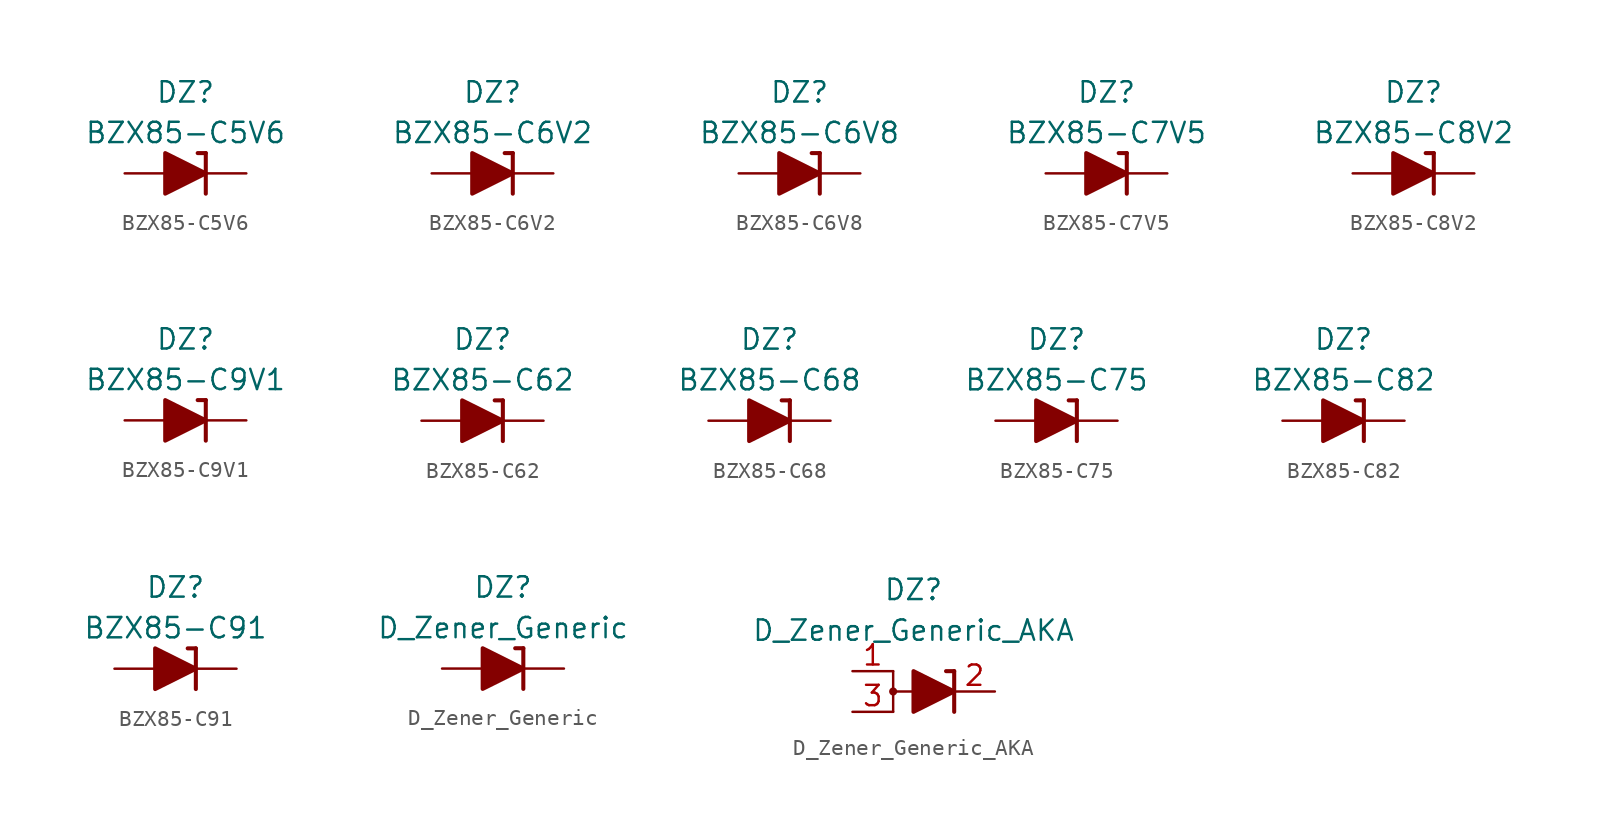
<source format=kicad_sym>
(kicad_symbol_lib
  (version 20201005)
  (generator kicad_symbol_editor)
  (symbol "Diode_Zener_AKL:BZX85-C5V6"
    (pin_numbers hide)
    (pin_names
      (offset 1.016) hide)
    (property "Reference" "DZ"
      (at 0 5.08 0)
      (effects (font (size 1.27 1.27))))
    (property "Value" "BZX85-C5V6"
      (at 0 2.54 0)
      (effects (font (size 1.27 1.27))))
    (symbol "BZX85-C5V6_0_1"
      (polyline (pts (xy -1.27 0) (xy 1.27 0)) (stroke (width 0)) (fill (type none)))
      (polyline (pts (xy 1.27 1.27) (xy 0.762 1.27)) (stroke (width 0.254)) (fill (type none)))
      (polyline (pts (xy 1.27 1.27) (xy 1.27 -1.27)) (stroke (width 0.254)) (fill (type none)))
      (polyline (pts (xy -1.27 -1.27) (xy -1.27 1.27) (xy 1.27 0) (xy -1.27 -1.27)) (stroke (width 0.254)) (fill (type outline))))
    (symbol "BZX85-C5V6_1_1"
      (pin passive line (at 3.81 0 180) (length 2.54) (name "K" (effects (font (size 1.27 1.27)))) (number "1" (effects (font (size 1.27 1.27)))))
      (pin passive line (at -3.81 0 0) (length 2.54) (name "A" (effects (font (size 1.27 1.27)))) (number "2" (effects (font (size 1.27 1.27)))))))
  (symbol "Diode_Zener_AKL:BZX85-C6V2"
    (pin_numbers hide)
    (pin_names
      (offset 1.016) hide)
    (property "Reference" "DZ"
      (at 0 5.08 0)
      (effects (font (size 1.27 1.27))))
    (property "Value" "BZX85-C6V2"
      (at 0 2.54 0)
      (effects (font (size 1.27 1.27))))
    (symbol "BZX85-C6V2_0_1"
      (polyline (pts (xy -1.27 0) (xy 1.27 0)) (stroke (width 0)) (fill (type none)))
      (polyline (pts (xy 1.27 1.27) (xy 0.762 1.27)) (stroke (width 0.254)) (fill (type none)))
      (polyline (pts (xy 1.27 1.27) (xy 1.27 -1.27)) (stroke (width 0.254)) (fill (type none)))
      (polyline (pts (xy -1.27 -1.27) (xy -1.27 1.27) (xy 1.27 0) (xy -1.27 -1.27)) (stroke (width 0.254)) (fill (type outline))))
    (symbol "BZX85-C6V2_1_1"
      (pin passive line (at 3.81 0 180) (length 2.54) (name "K" (effects (font (size 1.27 1.27)))) (number "1" (effects (font (size 1.27 1.27)))))
      (pin passive line (at -3.81 0 0) (length 2.54) (name "A" (effects (font (size 1.27 1.27)))) (number "2" (effects (font (size 1.27 1.27)))))))
  (symbol "Diode_Zener_AKL:BZX85-C6V8"
    (pin_numbers hide)
    (pin_names
      (offset 1.016) hide)
    (property "Reference" "DZ"
      (at 0 5.08 0)
      (effects (font (size 1.27 1.27))))
    (property "Value" "BZX85-C6V8"
      (at 0 2.54 0)
      (effects (font (size 1.27 1.27))))
    (symbol "BZX85-C6V8_0_1"
      (polyline (pts (xy -1.27 0) (xy 1.27 0)) (stroke (width 0)) (fill (type none)))
      (polyline (pts (xy 1.27 1.27) (xy 0.762 1.27)) (stroke (width 0.254)) (fill (type none)))
      (polyline (pts (xy 1.27 1.27) (xy 1.27 -1.27)) (stroke (width 0.254)) (fill (type none)))
      (polyline (pts (xy -1.27 -1.27) (xy -1.27 1.27) (xy 1.27 0) (xy -1.27 -1.27)) (stroke (width 0.254)) (fill (type outline))))
    (symbol "BZX85-C6V8_1_1"
      (pin passive line (at 3.81 0 180) (length 2.54) (name "K" (effects (font (size 1.27 1.27)))) (number "1" (effects (font (size 1.27 1.27)))))
      (pin passive line (at -3.81 0 0) (length 2.54) (name "A" (effects (font (size 1.27 1.27)))) (number "2" (effects (font (size 1.27 1.27)))))))
  (symbol "Diode_Zener_AKL:BZX85-C7V5"
    (pin_numbers hide)
    (pin_names
      (offset 1.016) hide)
    (property "Reference" "DZ"
      (at 0 5.08 0)
      (effects (font (size 1.27 1.27))))
    (property "Value" "BZX85-C7V5"
      (at 0 2.54 0)
      (effects (font (size 1.27 1.27))))
    (symbol "BZX85-C7V5_0_1"
      (polyline (pts (xy -1.27 0) (xy 1.27 0)) (stroke (width 0)) (fill (type none)))
      (polyline (pts (xy 1.27 1.27) (xy 0.762 1.27)) (stroke (width 0.254)) (fill (type none)))
      (polyline (pts (xy 1.27 1.27) (xy 1.27 -1.27)) (stroke (width 0.254)) (fill (type none)))
      (polyline (pts (xy -1.27 -1.27) (xy -1.27 1.27) (xy 1.27 0) (xy -1.27 -1.27)) (stroke (width 0.254)) (fill (type outline))))
    (symbol "BZX85-C7V5_1_1"
      (pin passive line (at 3.81 0 180) (length 2.54) (name "K" (effects (font (size 1.27 1.27)))) (number "1" (effects (font (size 1.27 1.27)))))
      (pin passive line (at -3.81 0 0) (length 2.54) (name "A" (effects (font (size 1.27 1.27)))) (number "2" (effects (font (size 1.27 1.27)))))))
  (symbol "Diode_Zener_AKL:BZX85-C8V2"
    (pin_numbers hide)
    (pin_names
      (offset 1.016) hide)
    (property "Reference" "DZ"
      (at 0 5.08 0)
      (effects (font (size 1.27 1.27))))
    (property "Value" "BZX85-C8V2"
      (at 0 2.54 0)
      (effects (font (size 1.27 1.27))))
    (symbol "BZX85-C8V2_0_1"
      (polyline (pts (xy -1.27 0) (xy 1.27 0)) (stroke (width 0)) (fill (type none)))
      (polyline (pts (xy 1.27 1.27) (xy 0.762 1.27)) (stroke (width 0.254)) (fill (type none)))
      (polyline (pts (xy 1.27 1.27) (xy 1.27 -1.27)) (stroke (width 0.254)) (fill (type none)))
      (polyline (pts (xy -1.27 -1.27) (xy -1.27 1.27) (xy 1.27 0) (xy -1.27 -1.27)) (stroke (width 0.254)) (fill (type outline))))
    (symbol "BZX85-C8V2_1_1"
      (pin passive line (at 3.81 0 180) (length 2.54) (name "K" (effects (font (size 1.27 1.27)))) (number "1" (effects (font (size 1.27 1.27)))))
      (pin passive line (at -3.81 0 0) (length 2.54) (name "A" (effects (font (size 1.27 1.27)))) (number "2" (effects (font (size 1.27 1.27)))))))
  (symbol "Diode_Zener_AKL:BZX85-C9V1"
    (pin_numbers hide)
    (pin_names
      (offset 1.016) hide)
    (property "Reference" "DZ"
      (at 0 5.08 0)
      (effects (font (size 1.27 1.27))))
    (property "Value" "BZX85-C9V1"
      (at 0 2.54 0)
      (effects (font (size 1.27 1.27))))
    (symbol "BZX85-C9V1_0_1"
      (polyline (pts (xy -1.27 0) (xy 1.27 0)) (stroke (width 0)) (fill (type none)))
      (polyline (pts (xy 1.27 1.27) (xy 0.762 1.27)) (stroke (width 0.254)) (fill (type none)))
      (polyline (pts (xy 1.27 1.27) (xy 1.27 -1.27)) (stroke (width 0.254)) (fill (type none)))
      (polyline (pts (xy -1.27 -1.27) (xy -1.27 1.27) (xy 1.27 0) (xy -1.27 -1.27)) (stroke (width 0.254)) (fill (type outline))))
    (symbol "BZX85-C9V1_1_1"
      (pin passive line (at 3.81 0 180) (length 2.54) (name "K" (effects (font (size 1.27 1.27)))) (number "1" (effects (font (size 1.27 1.27)))))
      (pin passive line (at -3.81 0 0) (length 2.54) (name "A" (effects (font (size 1.27 1.27)))) (number "2" (effects (font (size 1.27 1.27)))))))
  (symbol "Diode_Zener_AKL:BZX85-C62"
    (pin_numbers hide)
    (pin_names
      (offset 1.016) hide)
    (property "Reference" "DZ"
      (at 0 5.08 0)
      (effects (font (size 1.27 1.27))))
    (property "Value" "BZX85-C62"
      (at 0 2.54 0)
      (effects (font (size 1.27 1.27))))
    (symbol "BZX85-C62_0_1"
      (polyline (pts (xy -1.27 0) (xy 1.27 0)) (stroke (width 0)) (fill (type none)))
      (polyline (pts (xy 1.27 1.27) (xy 0.762 1.27)) (stroke (width 0.254)) (fill (type none)))
      (polyline (pts (xy 1.27 1.27) (xy 1.27 -1.27)) (stroke (width 0.254)) (fill (type none)))
      (polyline (pts (xy -1.27 -1.27) (xy -1.27 1.27) (xy 1.27 0) (xy -1.27 -1.27)) (stroke (width 0.254)) (fill (type outline))))
    (symbol "BZX85-C62_1_1"
      (pin passive line (at 3.81 0 180) (length 2.54) (name "K" (effects (font (size 1.27 1.27)))) (number "1" (effects (font (size 1.27 1.27)))))
      (pin passive line (at -3.81 0 0) (length 2.54) (name "A" (effects (font (size 1.27 1.27)))) (number "2" (effects (font (size 1.27 1.27)))))))
  (symbol "Diode_Zener_AKL:BZX85-C68"
    (pin_numbers hide)
    (pin_names
      (offset 1.016) hide)
    (property "Reference" "DZ"
      (at 0 5.08 0)
      (effects (font (size 1.27 1.27))))
    (property "Value" "BZX85-C68"
      (at 0 2.54 0)
      (effects (font (size 1.27 1.27))))
    (symbol "BZX85-C68_0_1"
      (polyline (pts (xy -1.27 0) (xy 1.27 0)) (stroke (width 0)) (fill (type none)))
      (polyline (pts (xy 1.27 1.27) (xy 0.762 1.27)) (stroke (width 0.254)) (fill (type none)))
      (polyline (pts (xy 1.27 1.27) (xy 1.27 -1.27)) (stroke (width 0.254)) (fill (type none)))
      (polyline (pts (xy -1.27 -1.27) (xy -1.27 1.27) (xy 1.27 0) (xy -1.27 -1.27)) (stroke (width 0.254)) (fill (type outline))))
    (symbol "BZX85-C68_1_1"
      (pin passive line (at 3.81 0 180) (length 2.54) (name "K" (effects (font (size 1.27 1.27)))) (number "1" (effects (font (size 1.27 1.27)))))
      (pin passive line (at -3.81 0 0) (length 2.54) (name "A" (effects (font (size 1.27 1.27)))) (number "2" (effects (font (size 1.27 1.27)))))))
  (symbol "Diode_Zener_AKL:BZX85-C75"
    (pin_numbers hide)
    (pin_names
      (offset 1.016) hide)
    (property "Reference" "DZ"
      (at 0 5.08 0)
      (effects (font (size 1.27 1.27))))
    (property "Value" "BZX85-C75"
      (at 0 2.54 0)
      (effects (font (size 1.27 1.27))))
    (symbol "BZX85-C75_0_1"
      (polyline (pts (xy -1.27 0) (xy 1.27 0)) (stroke (width 0)) (fill (type none)))
      (polyline (pts (xy 1.27 1.27) (xy 0.762 1.27)) (stroke (width 0.254)) (fill (type none)))
      (polyline (pts (xy 1.27 1.27) (xy 1.27 -1.27)) (stroke (width 0.254)) (fill (type none)))
      (polyline (pts (xy -1.27 -1.27) (xy -1.27 1.27) (xy 1.27 0) (xy -1.27 -1.27)) (stroke (width 0.254)) (fill (type outline))))
    (symbol "BZX85-C75_1_1"
      (pin passive line (at 3.81 0 180) (length 2.54) (name "K" (effects (font (size 1.27 1.27)))) (number "1" (effects (font (size 1.27 1.27)))))
      (pin passive line (at -3.81 0 0) (length 2.54) (name "A" (effects (font (size 1.27 1.27)))) (number "2" (effects (font (size 1.27 1.27)))))))
  (symbol "Diode_Zener_AKL:BZX85-C82"
    (pin_numbers hide)
    (pin_names
      (offset 1.016) hide)
    (property "Reference" "DZ"
      (at 0 5.08 0)
      (effects (font (size 1.27 1.27))))
    (property "Value" "BZX85-C82"
      (at 0 2.54 0)
      (effects (font (size 1.27 1.27))))
    (symbol "BZX85-C82_0_1"
      (polyline (pts (xy -1.27 0) (xy 1.27 0)) (stroke (width 0)) (fill (type none)))
      (polyline (pts (xy 1.27 1.27) (xy 0.762 1.27)) (stroke (width 0.254)) (fill (type none)))
      (polyline (pts (xy 1.27 1.27) (xy 1.27 -1.27)) (stroke (width 0.254)) (fill (type none)))
      (polyline (pts (xy -1.27 -1.27) (xy -1.27 1.27) (xy 1.27 0) (xy -1.27 -1.27)) (stroke (width 0.254)) (fill (type outline))))
    (symbol "BZX85-C82_1_1"
      (pin passive line (at 3.81 0 180) (length 2.54) (name "K" (effects (font (size 1.27 1.27)))) (number "1" (effects (font (size 1.27 1.27)))))
      (pin passive line (at -3.81 0 0) (length 2.54) (name "A" (effects (font (size 1.27 1.27)))) (number "2" (effects (font (size 1.27 1.27)))))))
  (symbol "Diode_Zener_AKL:BZX85-C91"
    (pin_numbers hide)
    (pin_names
      (offset 1.016) hide)
    (property "Reference" "DZ"
      (at 0 5.08 0)
      (effects (font (size 1.27 1.27))))
    (property "Value" "BZX85-C91"
      (at 0 2.54 0)
      (effects (font (size 1.27 1.27))))
    (symbol "BZX85-C91_0_1"
      (polyline (pts (xy -1.27 0) (xy 1.27 0)) (stroke (width 0)) (fill (type none)))
      (polyline (pts (xy 1.27 1.27) (xy 0.762 1.27)) (stroke (width 0.254)) (fill (type none)))
      (polyline (pts (xy 1.27 1.27) (xy 1.27 -1.27)) (stroke (width 0.254)) (fill (type none)))
      (polyline (pts (xy -1.27 -1.27) (xy -1.27 1.27) (xy 1.27 0) (xy -1.27 -1.27)) (stroke (width 0.254)) (fill (type outline))))
    (symbol "BZX85-C91_1_1"
      (pin passive line (at 3.81 0 180) (length 2.54) (name "K" (effects (font (size 1.27 1.27)))) (number "1" (effects (font (size 1.27 1.27)))))
      (pin passive line (at -3.81 0 0) (length 2.54) (name "A" (effects (font (size 1.27 1.27)))) (number "2" (effects (font (size 1.27 1.27)))))))
  (symbol "Diode_Zener_AKL:D_Zener_Generic"
    (pin_numbers hide)
    (pin_names
      (offset 1.016) hide)
    (property "Reference" "DZ"
      (at 0 5.08 0)
      (effects (font (size 1.27 1.27))))
    (property "Value" "D_Zener_Generic"
      (at 0 2.54 0)
      (effects (font (size 1.27 1.27))))
    (symbol "D_Zener_Generic_0_1"
      (polyline (pts (xy -1.27 0) (xy 1.27 0)) (stroke (width 0)) (fill (type none)))
      (polyline (pts (xy 1.27 1.27) (xy 0.762 1.27)) (stroke (width 0.254)) (fill (type none)))
      (polyline (pts (xy 1.27 1.27) (xy 1.27 -1.27)) (stroke (width 0.254)) (fill (type none)))
      (polyline (pts (xy -1.27 -1.27) (xy -1.27 1.27) (xy 1.27 0) (xy -1.27 -1.27)) (stroke (width 0.254)) (fill (type outline))))
    (symbol "D_Zener_Generic_1_1"
      (pin passive line (at 3.81 0 180) (length 2.54) (name "K" (effects (font (size 1.27 1.27)))) (number "1" (effects (font (size 1.27 1.27)))))
      (pin passive line (at -3.81 0 0) (length 2.54) (name "A" (effects (font (size 1.27 1.27)))) (number "2" (effects (font (size 1.27 1.27)))))))
  (symbol "Diode_Zener_AKL:D_Zener_Generic_AKA"
    (pin_names
      (offset 1.016) hide)
    (property "Reference" "DZ"
      (at 0 6.35 0)
      (effects (font (size 1.27 1.27))))
    (property "Value" "D_Zener_Generic_AKA"
      (at 0 3.81 0)
      (effects (font (size 1.27 1.27))))
    (symbol "D_Zener_Generic_AKA_0_1"
      (circle (center -1.27 0) (radius 0.178) (stroke (width 0)) (fill (type outline)))
      (polyline (pts (xy -1.27 -1.27) (xy -1.27 1.27)) (stroke (width 0)) (fill (type none)))
      (polyline (pts (xy 0 0) (xy -1.27 0)) (stroke (width 0)) (fill (type none)))
      (polyline (pts (xy 0 0) (xy 2.54 0)) (stroke (width 0)) (fill (type none)))
      (polyline (pts (xy 2.54 -1.27) (xy 2.54 1.27)) (stroke (width 0.254)) (fill (type none)))
      (polyline (pts (xy 2.54 1.27) (xy 2.032 1.27)) (stroke (width 0.254)) (fill (type none)))
      (polyline (pts (xy 0 1.27) (xy 0 -1.27) (xy 2.54 0) (xy 0 1.27)) (stroke (width 0.254)) (fill (type outline))))
    (symbol "D_Zener_Generic_AKA_1_1"
      (pin passive line (at -3.81 1.27 0) (length 2.54) (name "A" (effects (font (size 1.27 1.27)))) (number "1" (effects (font (size 1.27 1.27)))))
      (pin passive line (at 5.08 0 180) (length 2.54) (name "K" (effects (font (size 1.27 1.27)))) (number "2" (effects (font (size 1.27 1.27)))))
      (pin passive line (at -3.81 -1.27 0) (length 2.54) (name "A" (effects (font (size 1.27 1.27)))) (number "3" (effects (font (size 1.27 1.27))))))))
</source>
